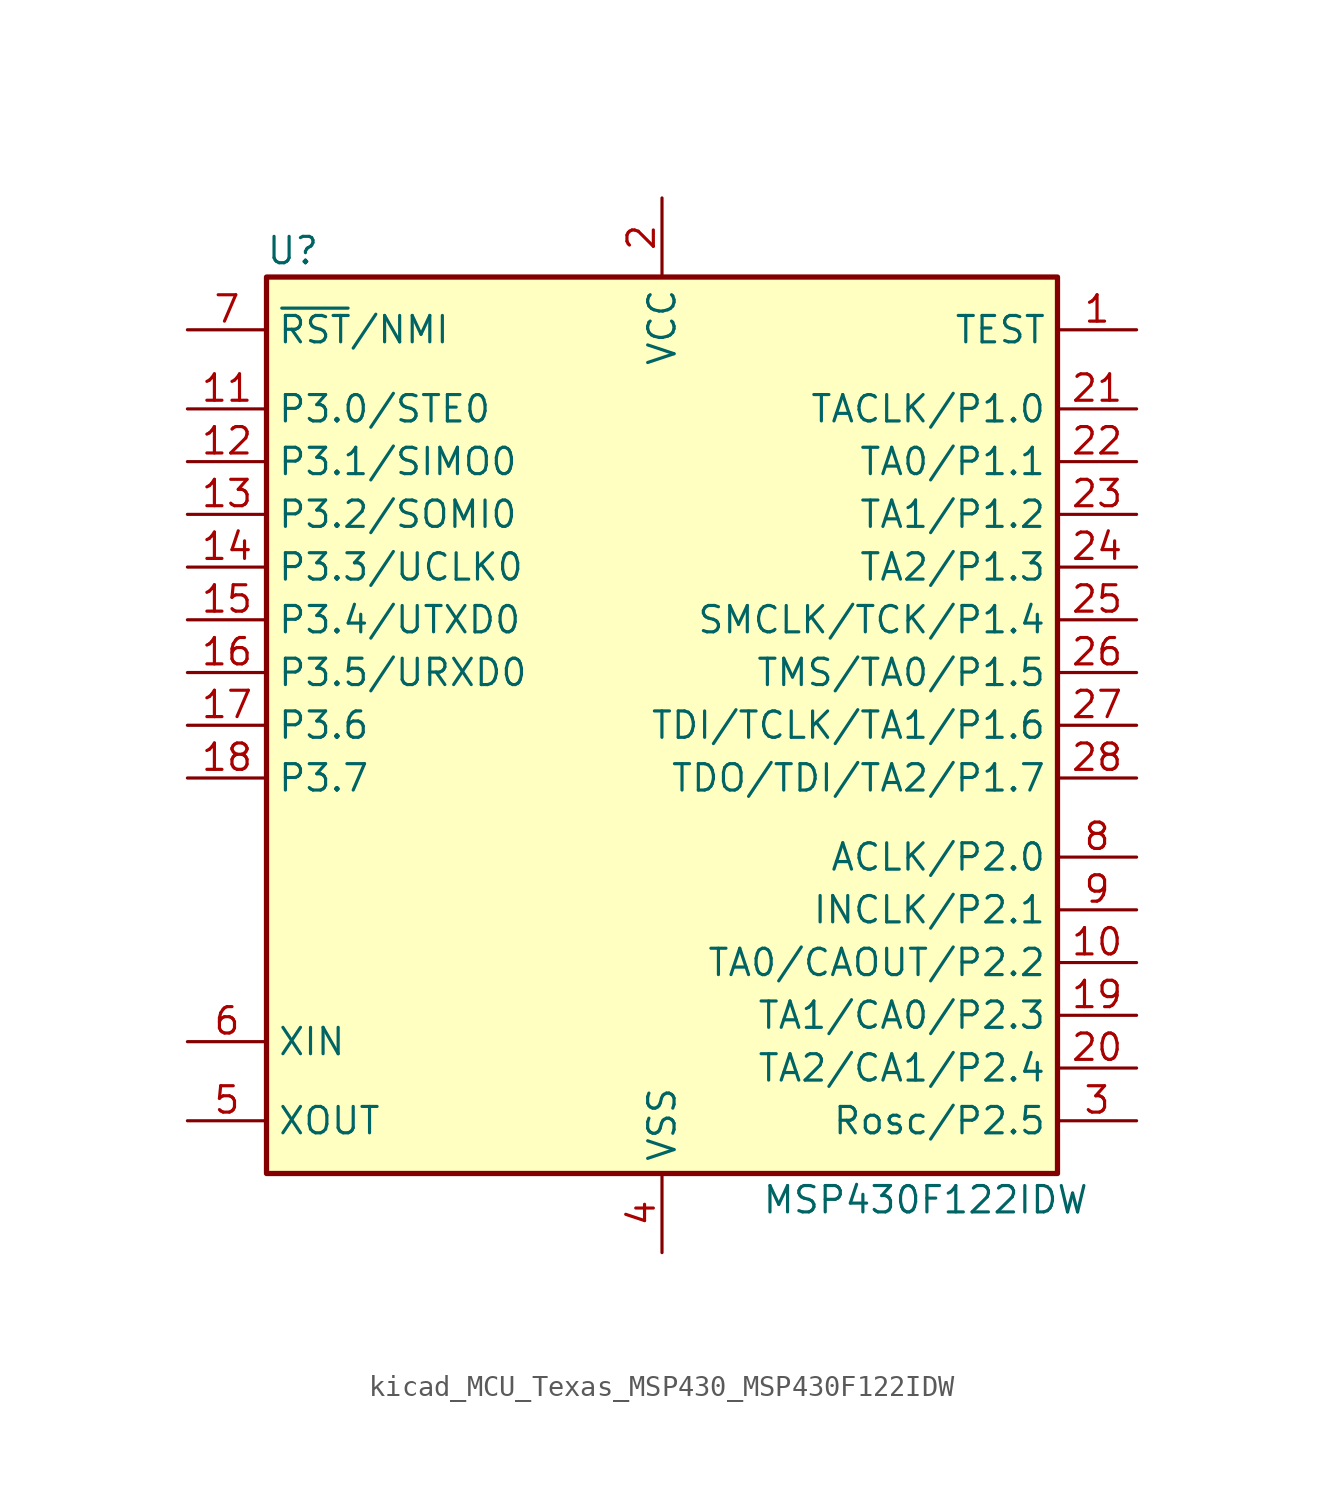
<source format=kicad_sym>
(kicad_symbol_lib
  (version 20220914)
  (generator kicad_symbol_editor)
  (symbol "kicad_MCU_Texas_MSP430_MSP430F122IDW"
    (property "Reference" "U"
      (at -17.78 22.86 0)
      (effects (font (size 1.27 1.27))))
    (property "Value" "MSP430F122IDW"
      (at 12.7 -22.86 0)
      (effects (font (size 1.27 1.27))))
    (symbol "kicad_MCU_Texas_MSP430_MSP430F122IDW_0_1"
      (rectangle (start -19.05 21.59) (end 19.05 -21.59) (stroke (width 0.254) (type default)) (fill (type background))))
    (symbol "kicad_MCU_Texas_MSP430_MSP430F122IDW_1_1"
      (pin input line (at 22.86 19.05 180) (length 3.81) (name "TEST" (effects (font (size 1.27 1.27)))) (number "1" (effects (font (size 1.27 1.27)))))
      (pin bidirectional line (at 22.86 -11.43 180) (length 3.81) (name "TA0/CAOUT/P2.2" (effects (font (size 1.27 1.27)))) (number "10" (effects (font (size 1.27 1.27)))))
      (pin bidirectional line (at -22.86 15.24 0) (length 3.81) (name "P3.0/STE0" (effects (font (size 1.27 1.27)))) (number "11" (effects (font (size 1.27 1.27)))))
      (pin bidirectional line (at -22.86 12.7 0) (length 3.81) (name "P3.1/SIMO0" (effects (font (size 1.27 1.27)))) (number "12" (effects (font (size 1.27 1.27)))))
      (pin bidirectional line (at -22.86 10.16 0) (length 3.81) (name "P3.2/SOMI0" (effects (font (size 1.27 1.27)))) (number "13" (effects (font (size 1.27 1.27)))))
      (pin bidirectional line (at -22.86 7.62 0) (length 3.81) (name "P3.3/UCLK0" (effects (font (size 1.27 1.27)))) (number "14" (effects (font (size 1.27 1.27)))))
      (pin bidirectional line (at -22.86 5.08 0) (length 3.81) (name "P3.4/UTXD0" (effects (font (size 1.27 1.27)))) (number "15" (effects (font (size 1.27 1.27)))))
      (pin bidirectional line (at -22.86 2.54 0) (length 3.81) (name "P3.5/URXD0" (effects (font (size 1.27 1.27)))) (number "16" (effects (font (size 1.27 1.27)))))
      (pin bidirectional line (at -22.86 0 0) (length 3.81) (name "P3.6" (effects (font (size 1.27 1.27)))) (number "17" (effects (font (size 1.27 1.27)))))
      (pin bidirectional line (at -22.86 -2.54 0) (length 3.81) (name "P3.7" (effects (font (size 1.27 1.27)))) (number "18" (effects (font (size 1.27 1.27)))))
      (pin bidirectional line (at 22.86 -13.97 180) (length 3.81) (name "TA1/CA0/P2.3" (effects (font (size 1.27 1.27)))) (number "19" (effects (font (size 1.27 1.27)))))
      (pin power_in line (at 0 25.4 270) (length 3.81) (name "VCC" (effects (font (size 1.27 1.27)))) (number "2" (effects (font (size 1.27 1.27)))))
      (pin bidirectional line (at 22.86 -16.51 180) (length 3.81) (name "TA2/CA1/P2.4" (effects (font (size 1.27 1.27)))) (number "20" (effects (font (size 1.27 1.27)))))
      (pin bidirectional line (at 22.86 15.24 180) (length 3.81) (name "TACLK/P1.0" (effects (font (size 1.27 1.27)))) (number "21" (effects (font (size 1.27 1.27)))))
      (pin bidirectional line (at 22.86 12.7 180) (length 3.81) (name "TA0/P1.1" (effects (font (size 1.27 1.27)))) (number "22" (effects (font (size 1.27 1.27)))))
      (pin bidirectional line (at 22.86 10.16 180) (length 3.81) (name "TA1/P1.2" (effects (font (size 1.27 1.27)))) (number "23" (effects (font (size 1.27 1.27)))))
      (pin bidirectional line (at 22.86 7.62 180) (length 3.81) (name "TA2/P1.3" (effects (font (size 1.27 1.27)))) (number "24" (effects (font (size 1.27 1.27)))))
      (pin bidirectional line (at 22.86 5.08 180) (length 3.81) (name "SMCLK/TCK/P1.4" (effects (font (size 1.27 1.27)))) (number "25" (effects (font (size 1.27 1.27)))))
      (pin bidirectional line (at 22.86 2.54 180) (length 3.81) (name "TMS/TA0/P1.5" (effects (font (size 1.27 1.27)))) (number "26" (effects (font (size 1.27 1.27)))))
      (pin bidirectional line (at 22.86 0 180) (length 3.81) (name "TDI/TCLK/TA1/P1.6" (effects (font (size 1.27 1.27)))) (number "27" (effects (font (size 1.27 1.27)))))
      (pin bidirectional line (at 22.86 -2.54 180) (length 3.81) (name "TDO/TDI/TA2/P1.7" (effects (font (size 1.27 1.27)))) (number "28" (effects (font (size 1.27 1.27)))))
      (pin bidirectional line (at 22.86 -19.05 180) (length 3.81) (name "Rosc/P2.5" (effects (font (size 1.27 1.27)))) (number "3" (effects (font (size 1.27 1.27)))))
      (pin power_in line (at 0 -25.4 90) (length 3.81) (name "VSS" (effects (font (size 1.27 1.27)))) (number "4" (effects (font (size 1.27 1.27)))))
      (pin output line (at -22.86 -19.05 0) (length 3.81) (name "XOUT" (effects (font (size 1.27 1.27)))) (number "5" (effects (font (size 1.27 1.27)))))
      (pin input line (at -22.86 -15.24 0) (length 3.81) (name "XIN" (effects (font (size 1.27 1.27)))) (number "6" (effects (font (size 1.27 1.27)))))
      (pin input line (at -22.86 19.05 0) (length 3.81) (name "~{RST}/NMI" (effects (font (size 1.27 1.27)))) (number "7" (effects (font (size 1.27 1.27)))))
      (pin bidirectional line (at 22.86 -6.35 180) (length 3.81) (name "ACLK/P2.0" (effects (font (size 1.27 1.27)))) (number "8" (effects (font (size 1.27 1.27)))))
      (pin bidirectional line (at 22.86 -8.89 180) (length 3.81) (name "INCLK/P2.1" (effects (font (size 1.27 1.27)))) (number "9" (effects (font (size 1.27 1.27))))))))
</source>
